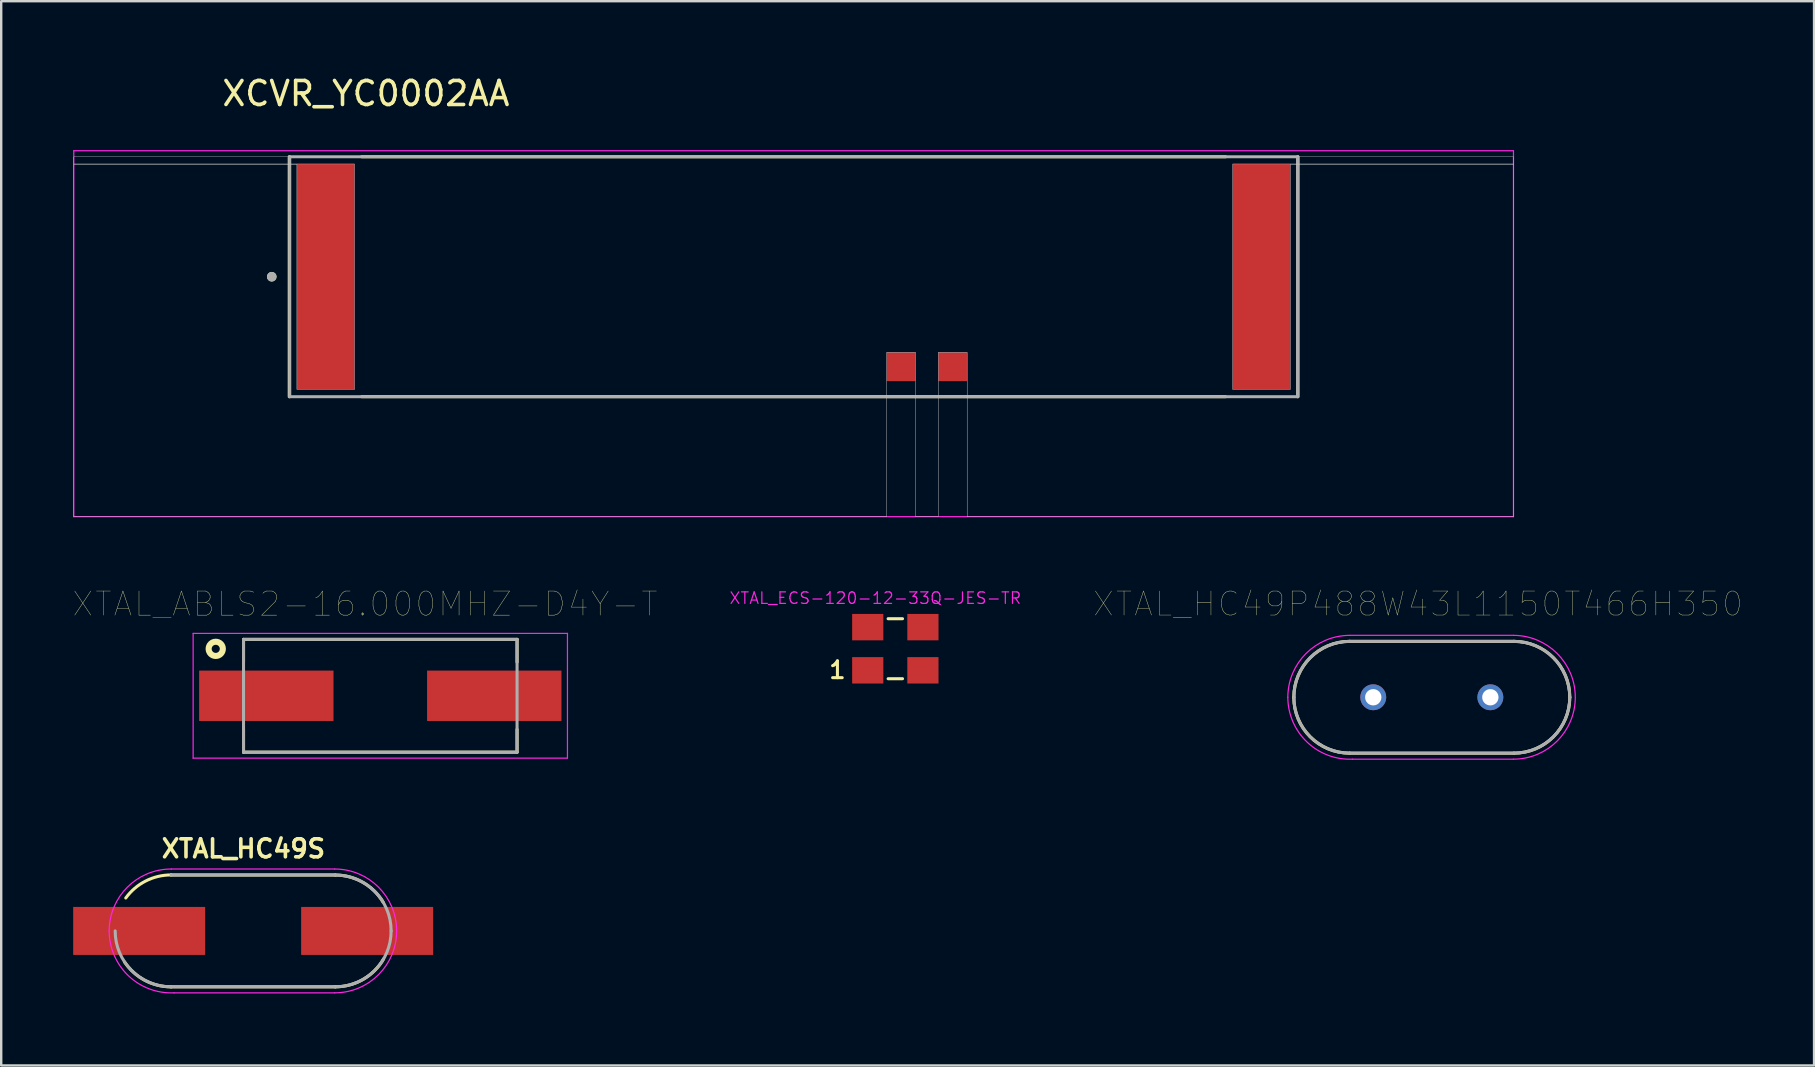
<source format=kicad_pcb>
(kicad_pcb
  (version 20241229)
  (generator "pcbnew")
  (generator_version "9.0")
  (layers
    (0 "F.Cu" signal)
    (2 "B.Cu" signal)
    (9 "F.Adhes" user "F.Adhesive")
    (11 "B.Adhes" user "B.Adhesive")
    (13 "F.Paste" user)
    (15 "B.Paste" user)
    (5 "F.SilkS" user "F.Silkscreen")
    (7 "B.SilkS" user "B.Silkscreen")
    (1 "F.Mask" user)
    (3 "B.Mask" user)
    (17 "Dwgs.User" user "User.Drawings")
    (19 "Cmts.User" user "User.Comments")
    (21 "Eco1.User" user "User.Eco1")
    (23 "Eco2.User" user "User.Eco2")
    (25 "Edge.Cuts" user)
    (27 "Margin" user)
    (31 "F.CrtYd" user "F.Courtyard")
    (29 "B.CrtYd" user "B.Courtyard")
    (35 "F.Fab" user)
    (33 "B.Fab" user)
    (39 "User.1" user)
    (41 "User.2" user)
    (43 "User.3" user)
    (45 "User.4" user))
  (footprint "XTAL_ABLS2-16.000MHZ-D4Y-T"
    (layer "F.Cu")
    (at 12.799 25.947)
    (property "Reference" "XTAL_ABLS2-16.000MHZ-D4Y-T" (at -0.638 -3.825 0) (layer "F.SilkS") (effects (font (size 1.004 1.004) (thickness 0.015))))
    (attr through_hole)
    (fp_line (start -5.7 -2.35) (end 5.7 -2.35) (stroke (width 0.127) (type solid)) (layer "F.SilkS"))
    (fp_line (start -5.7 -1.4) (end -5.7 -2.35) (stroke (width 0.127) (type solid)) (layer "F.SilkS"))
    (fp_line (start -5.7 2.35) (end -5.7 1.4) (stroke (width 0.127) (type solid)) (layer "F.SilkS"))
    (fp_line (start 5.7 -2.35) (end 5.7 -1.4) (stroke (width 0.127) (type solid)) (layer "F.SilkS"))
    (fp_line (start 5.7 1.4) (end 5.7 2.35) (stroke (width 0.127) (type solid)) (layer "F.SilkS"))
    (fp_line (start 5.7 2.35) (end -5.7 2.35) (stroke (width 0.127) (type solid)) (layer "F.SilkS"))
    (fp_circle (center -6.858 -1.956) (end -6.562 -1.956) (stroke (width 0.254) (type solid)) (fill no) (layer "F.SilkS"))
    (fp_line (start -7.8 -2.6) (end -7.8 2.6) (stroke (width 0.05) (type solid)) (layer "F.CrtYd"))
    (fp_line (start -7.8 2.6) (end 7.8 2.6) (stroke (width 0.05) (type solid)) (layer "F.CrtYd"))
    (fp_line (start 7.8 -2.6) (end -7.8 -2.6) (stroke (width 0.05) (type solid)) (layer "F.CrtYd"))
    (fp_line (start 7.8 2.6) (end 7.8 -2.6) (stroke (width 0.05) (type solid)) (layer "F.CrtYd"))
    (fp_line (start -5.7 -2.35) (end -5.7 2.35) (stroke (width 0.127) (type solid)) (layer "F.Fab"))
    (fp_line (start -5.7 2.35) (end 5.7 2.35) (stroke (width 0.127) (type solid)) (layer "F.Fab"))
    (fp_line (start 5.7 -2.35) (end -5.7 -2.35) (stroke (width 0.127) (type solid)) (layer "F.Fab"))
    (fp_line (start 5.7 2.35) (end 5.7 -2.35) (stroke (width 0.127) (type solid)) (layer "F.Fab"))
    (pad "1" smd rect (at -4.75 0) (size 5.6 2.1) (layers "F.Cu" "F.Mask" "F.Paste"))
    (pad "2" smd rect (at 4.75 0) (size 5.6 2.1) (layers "F.Cu" "F.Mask" "F.Paste")))
  (footprint "XCVR_YC0002AA"
    (layer "F.Cu")
    (at 30.025 8.483)
    (property "Reference" "XCVR_YC0002AA" (at -17.825 -7.635 0) (layer "F.SilkS") (effects (font (size 1 1) (thickness 0.15))))
    (attr through_hole)
    (fp_line (start -21.02 -5) (end -21.02 5) (stroke (width 0.127) (type solid)) (layer "F.SilkS"))
    (fp_line (start -18 -5) (end 18 -5) (stroke (width 0.127) (type solid)) (layer "F.SilkS"))
    (fp_line (start 18 5) (end -18 5) (stroke (width 0.127) (type solid)) (layer "F.SilkS"))
    (fp_line (start 21.02 -5) (end 21.02 5) (stroke (width 0.127) (type solid)) (layer "F.SilkS"))
    (fp_circle (center -21.75 0) (end -21.65 0) (stroke (width 0.2) (type solid)) (fill no) (layer "F.SilkS"))
    (fp_poly (pts (xy 30 -5) (xy -30 -5) (xy -30 -4.7) (xy -18.3 -4.7) (xy -18.3 4.7) (xy -20.7 4.7) (xy -20.7 -4.69) (xy -30 -4.69) (xy -30 10) (xy 3.88 10) (xy 3.88 3.15) (xy 5.08 3.15) (xy 5.08 10) (xy 6.03 10) (xy 6.03 3.15) (xy 7.23 3.15) (xy 7.23 10) (xy 30 10) (xy 30 -4.69) (xy 20.7 -4.69) (xy 20.7 4.7) (xy 18.3 4.7) (xy 18.3 -4.7) (xy 30 -4.7)) (stroke (width 0.01) (type solid)) (fill no) (layer "Dwgs.User"))
    (fp_poly (pts (xy 30 -5) (xy -30 -5) (xy -30 -4.7) (xy -18.3 -4.7) (xy -18.3 4.7) (xy -20.7 4.7) (xy -20.7 -4.69) (xy -30 -4.69) (xy -30 10) (xy 3.88 10) (xy 3.88 3.15) (xy 5.08 3.15) (xy 5.08 10) (xy 6.03 10) (xy 6.03 3.15) (xy 7.23 3.15) (xy 7.23 10) (xy 30 10) (xy 30 -4.69) (xy 20.7 -4.69) (xy 20.7 4.7) (xy 18.3 4.7) (xy 18.3 -4.7) (xy 30 -4.7)) (stroke (width 0.01) (type solid)) (fill no) (layer "Dwgs.User"))
    (fp_line (start -30 -5.25) (end 30 -5.25) (stroke (width 0.05) (type solid)) (layer "F.CrtYd"))
    (fp_line (start -30 10) (end -30 -5.25) (stroke (width 0.05) (type solid)) (layer "F.CrtYd"))
    (fp_line (start 30 -5.25) (end 30 10) (stroke (width 0.05) (type solid)) (layer "F.CrtYd"))
    (fp_line (start 30 10) (end -30 10) (stroke (width 0.05) (type solid)) (layer "F.CrtYd"))
    (fp_line (start -21 -5) (end 21 -5) (stroke (width 0.127) (type solid)) (layer "F.Fab"))
    (fp_line (start -21 5) (end -21 -5) (stroke (width 0.127) (type solid)) (layer "F.Fab"))
    (fp_line (start 21 -5) (end 21 5) (stroke (width 0.127) (type solid)) (layer "F.Fab"))
    (fp_line (start 21 5) (end -21 5) (stroke (width 0.127) (type solid)) (layer "F.Fab"))
    (fp_circle (center -21.75 0) (end -21.65 0) (stroke (width 0.2) (type solid)) (fill no) (layer "F.Fab"))
    (pad "1" smd rect (at -19.5 0) (size 2.4 9.4) (layers "F.Cu" "F.Mask" "F.Paste"))
    (pad "2" smd rect (at 4.48 3.75) (size 1.2 1.2) (layers "F.Cu" "F.Mask" "F.Paste"))
    (pad "3" smd rect (at 6.63 3.75) (size 1.2 1.2) (layers "F.Cu" "F.Mask" "F.Paste"))
    (pad "4" smd rect (at 19.5 0) (size 2.4 9.4) (layers "F.Cu" "F.Mask" "F.Paste")))
  (footprint "XTAL_ECS-120-12-33Q-JES-TR"
    (layer "F.Cu")
    (at 34.263 23.986)
    (property "Reference" "XTAL_ECS-120-12-33Q-JES-TR" (at -0.832 -2.109 0) (layer "F.CrtYd") (effects (font (size 0.481 0.481) (thickness 0.05))))
    (attr smd)
    (fp_line (start -0.3 1.25) (end 0.3 1.25) (stroke (width 0.127) (type solid)) (layer "F.SilkS"))
    (fp_line (start 0.3 -1.25) (end -0.3 -1.25) (stroke (width 0.127) (type solid)) (layer "F.SilkS"))
    (fp_line (start -2.05 -1.7) (end -2.05 1.7) (stroke (width 0.05) (type solid)) (layer "Eco1.User"))
    (fp_line (start -2.05 1.7) (end 2.05 1.7) (stroke (width 0.05) (type solid)) (layer "Eco1.User"))
    (fp_line (start 2.05 -1.7) (end -2.05 -1.7) (stroke (width 0.05) (type solid)) (layer "Eco1.User"))
    (fp_line (start 2.05 1.7) (end 2.05 -1.7) (stroke (width 0.05) (type solid)) (layer "Eco1.User"))
    (fp_line (start -1.6 -1.25) (end -1.6 1.25) (stroke (width 0.127) (type solid)) (layer "Eco2.User"))
    (fp_line (start -1.6 1.25) (end 1.6 1.25) (stroke (width 0.127) (type solid)) (layer "Eco2.User"))
    (fp_line (start 1.6 -1.25) (end -1.6 -1.25) (stroke (width 0.127) (type solid)) (layer "Eco2.User"))
    (fp_line (start 1.6 1.25) (end 1.6 -1.25) (stroke (width 0.127) (type solid)) (layer "Eco2.User"))
    (fp_text user "1" (at -2.413 0.889 0) (layer "F.SilkS") (effects (font (size 0.7 0.7) (thickness 0.127))))
    (pad "1" smd rect (at -1.15 0.9 90) (size 1.1 1.3) (layers "F.Cu" "F.Mask" "F.Paste"))
    (pad "2" smd rect (at 1.15 0.9 90) (size 1.1 1.3) (layers "F.Cu" "F.Mask" "F.Paste"))
    (pad "3" smd rect (at 1.15 -0.9 90) (size 1.1 1.3) (layers "F.Cu" "F.Mask" "F.Paste"))
    (pad "4" smd rect (at -1.15 -0.9 90) (size 1.1 1.3) (layers "F.Cu" "F.Mask" "F.Paste")))
  (footprint "XTAL_HC49S"
    (layer "F.Cu")
    (at 7.5 35.747)
    (property "Reference" "XTAL_HC49S" (at -0.406 -3.429 0) (layer "F.SilkS") (effects (font (size 0.75 0.75) (thickness 0.15))))
    (attr through_hole)
    (fp_line (start -3.42 -2.33) (end 3.42 -2.33) (stroke (width 0.127) (type solid)) (layer "F.SilkS"))
    (fp_line (start -3.42 2.33) (end 3.42 2.33) (stroke (width 0.127) (type solid)) (layer "F.SilkS"))
    (fp_arc (start -5.3086 -1.3716) (mid -4.479864 -2.079612) (end -3.42 -2.334116) (stroke (width 0.127) (type solid)) (layer "F.SilkS"))
    (fp_arc (start -3.42 2.33) (mid -4.521661 2.053106) (end -5.361482 1.288235) (stroke (width 0.127) (type solid)) (layer "F.SilkS"))
    (fp_arc (start 3.42 -2.33) (mid 4.567347 -2.027929) (end 5.4172 -1.200039) (stroke (width 0.127) (type solid)) (layer "F.SilkS"))
    (fp_arc (start 5.4356 1.1684) (mid 4.583122 2.01865) (end 3.42 2.329764) (stroke (width 0.127) (type solid)) (layer "F.SilkS"))
    (fp_line (start -3.41 -2.58) (end 3.4 -2.58) (stroke (width 0.05) (type solid)) (layer "F.CrtYd"))
    (fp_line (start -3.3 2.58) (end 3.4 2.58) (stroke (width 0.05) (type solid)) (layer "F.CrtYd"))
    (fp_arc (start -6 0) (mid -5.239335 -1.826407) (end -3.41 -2.58) (stroke (width 0.05) (type solid)) (layer "F.CrtYd"))
    (fp_arc (start -3.3 2.58) (mid -5.200175 1.865765) (end -6.000001 0) (stroke (width 0.05) (type solid)) (layer "F.CrtYd"))
    (fp_arc (start 3.4 -2.58) (mid 5.98 0) (end 3.4 2.58) (stroke (width 0.05) (type solid)) (layer "F.CrtYd"))
    (fp_line (start -3.42 -2.33) (end 3.42 -2.33) (stroke (width 0.127) (type solid)) (layer "F.Fab"))
    (fp_line (start -3.42 2.33) (end 3.42 2.33) (stroke (width 0.127) (type solid)) (layer "F.Fab"))
    (fp_arc (start -3.42 2.33) (mid -5.067559 1.647559) (end -5.75 0) (stroke (width 0.127) (type solid)) (layer "F.Fab"))
    (fp_arc (start 3.42 -2.33) (mid 5.067559 -1.647559) (end 5.75 0) (stroke (width 0.127) (type solid)) (layer "F.Fab"))
    (fp_arc (start 5.75 0) (mid 5.067559 1.647559) (end 3.42 2.33) (stroke (width 0.127) (type solid)) (layer "F.Fab"))
    (pad "1" smd rect (at -4.75 0) (size 5.5 2) (layers "F.Cu" "F.Mask" "F.Paste"))
    (pad "2" smd rect (at 4.75 0) (size 5.5 2) (layers "F.Cu" "F.Mask" "F.Paste")))
  (footprint "XTAL_HC49P488W43L1150T466H350"
    (layer "F.Cu")
    (at 56.621 26.009)
    (property "Reference" "XTAL_HC49P488W43L1150T466H350" (at -0.576 -3.889 0) (layer "F.SilkS") (effects (font (size 1.001 1.001) (thickness 0.015))))
    (attr through_hole)
    (fp_line (start -3.42 -2.33) (end 3.42 -2.33) (stroke (width 0.127) (type solid)) (layer "F.SilkS"))
    (fp_line (start -3.42 2.33) (end 3.42 2.33) (stroke (width 0.127) (type solid)) (layer "F.SilkS"))
    (fp_arc (start -5.75 0) (mid -5.067559 -1.647559) (end -3.42 -2.33) (stroke (width 0.127) (type solid)) (layer "F.SilkS"))
    (fp_arc (start -3.42 2.33) (mid -5.067559 1.647559) (end -5.75 0) (stroke (width 0.127) (type solid)) (layer "F.SilkS"))
    (fp_arc (start 3.42 -2.33) (mid 5.067559 -1.647559) (end 5.75 0) (stroke (width 0.127) (type solid)) (layer "F.SilkS"))
    (fp_arc (start 5.75 0) (mid 5.067559 1.647559) (end 3.42 2.33) (stroke (width 0.127) (type solid)) (layer "F.SilkS"))
    (fp_line (start -3.41 -2.58) (end 3.4 -2.58) (stroke (width 0.05) (type solid)) (layer "F.CrtYd"))
    (fp_line (start -3.3 2.58) (end 3.4 2.58) (stroke (width 0.05) (type solid)) (layer "F.CrtYd"))
    (fp_arc (start -6 0) (mid -5.239335 -1.826407) (end -3.41 -2.58) (stroke (width 0.05) (type solid)) (layer "F.CrtYd"))
    (fp_arc (start -3.3 2.58) (mid -5.200175 1.865765) (end -6.000001 0) (stroke (width 0.05) (type solid)) (layer "F.CrtYd"))
    (fp_arc (start 3.4 -2.58) (mid 5.98 0) (end 3.4 2.58) (stroke (width 0.05) (type solid)) (layer "F.CrtYd"))
    (fp_line (start -3.42 -2.33) (end 3.42 -2.33) (stroke (width 0.127) (type solid)) (layer "F.Fab"))
    (fp_line (start -3.42 2.33) (end 3.42 2.33) (stroke (width 0.127) (type solid)) (layer "F.Fab"))
    (fp_arc (start -5.75 0) (mid -5.067559 -1.647559) (end -3.42 -2.33) (stroke (width 0.127) (type solid)) (layer "F.Fab"))
    (fp_arc (start -3.42 2.33) (mid -5.067559 1.647559) (end -5.75 0) (stroke (width 0.127) (type solid)) (layer "F.Fab"))
    (fp_arc (start 3.42 -2.33) (mid 5.067559 -1.647559) (end 5.75 0) (stroke (width 0.127) (type solid)) (layer "F.Fab"))
    (fp_arc (start 5.75 0) (mid 5.067559 1.647559) (end 3.42 2.33) (stroke (width 0.127) (type solid)) (layer "F.Fab"))
    (pad "1" thru_hole circle (at -2.44 0) (size 1.08 1.08) (drill 0.68) (layers "*.Cu" "*.Mask"))
    (pad "2" thru_hole circle (at 2.44 0) (size 1.08 1.08) (drill 0.68) (layers "*.Cu" "*.Mask")))
  (gr_rect
    (start -3 -3)
    (end 72.552 41.355)
    (stroke (width 0.1) (type default))
    (fill no)
    (layer "Edge.Cuts")))
</source>
